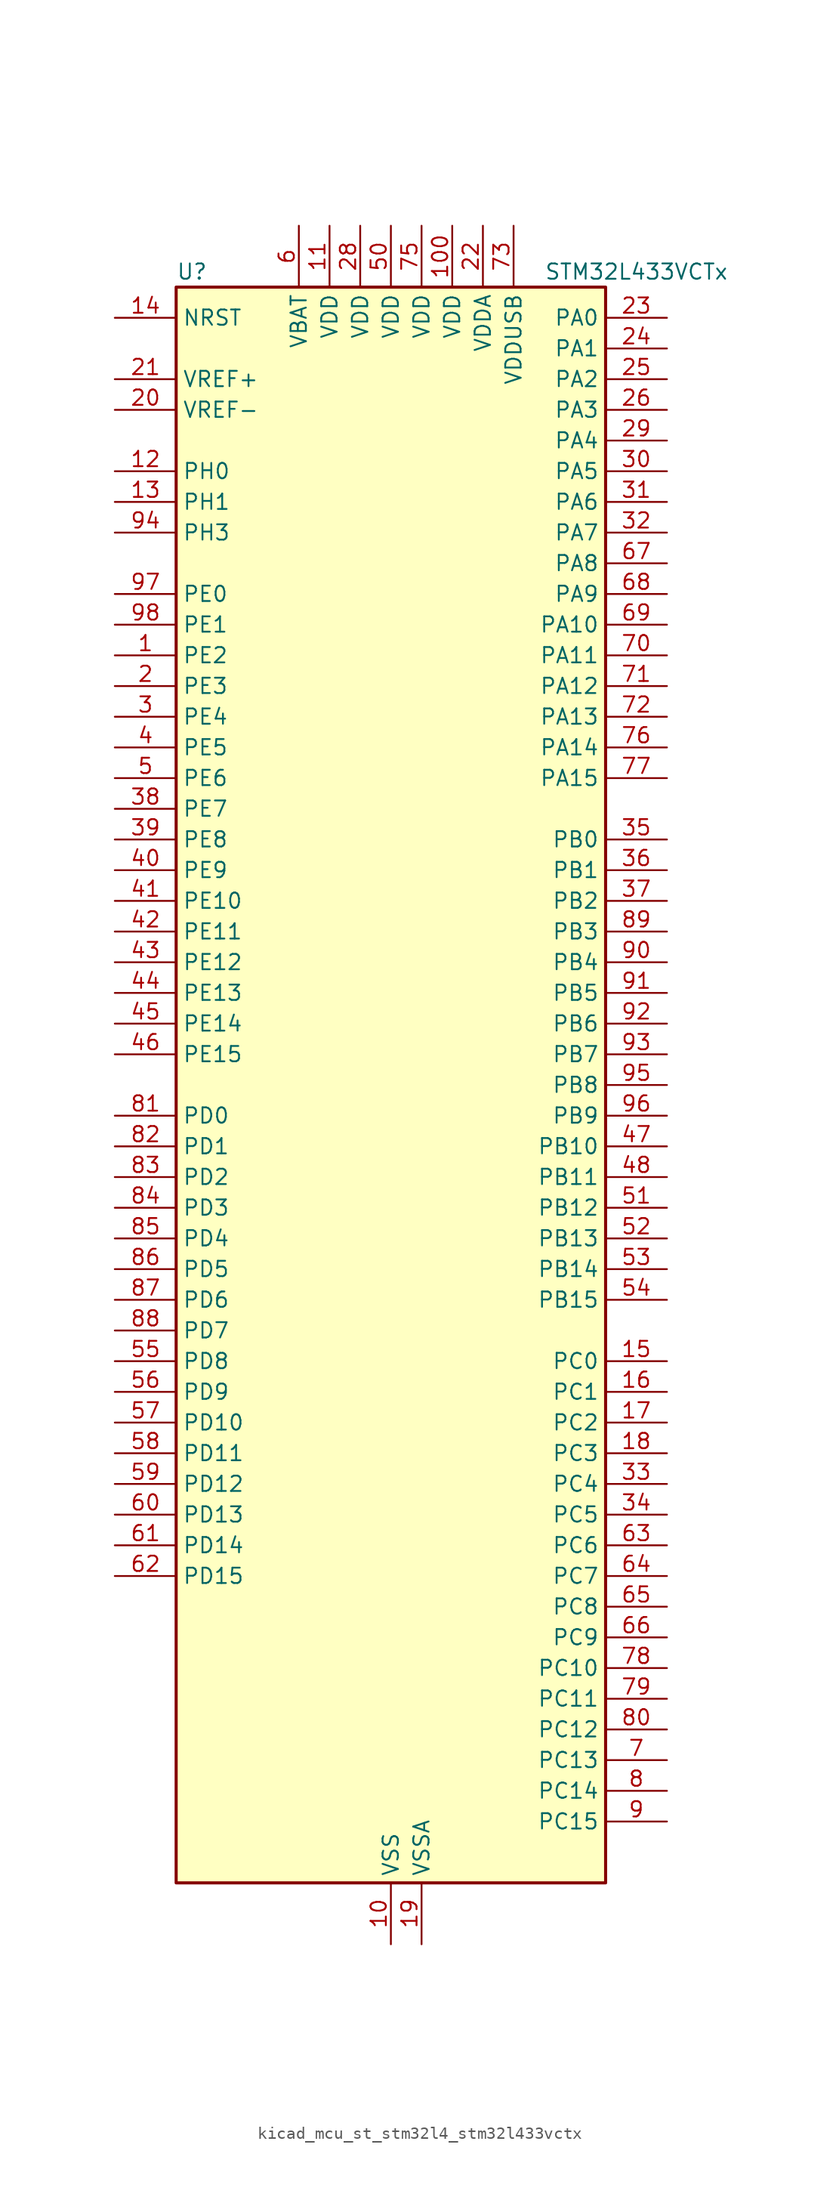
<source format=kicad_sym>
(kicad_symbol_lib
  (version 20220914)
  (generator kicad_symbol_editor)
  (symbol "kicad_mcu_st_stm32l4_stm32l433vctx"
    (property "Reference" "U"
      (at -17.78 67.31 0)
      (effects (font (size 1.27 1.27)) (justify left)))
    (property "Value" "STM32L433VCTx"
      (at 12.7 67.31 0)
      (effects (font (size 1.27 1.27)) (justify left)))
    (property "ki_locked" ""
      (at 0 0 0)
      (effects (font (size 1.27 1.27))))
    (symbol "kicad_mcu_st_stm32l4_stm32l433vctx_0_1"
      (rectangle (start -17.78 -66.04) (end 17.78 66.04) (stroke (width 0.254) (type default)) (fill (type background))))
    (symbol "kicad_mcu_st_stm32l4_stm32l433vctx_1_1"
      (pin bidirectional line (at -22.86 35.56 0) (length 5.08) (name "PE2" (effects (font (size 1.27 1.27)))) (number "1" (effects (font (size 1.27 1.27)))) (alternate "LCD_SEG38" bidirectional line) (alternate "SAI1_MCLK_A" bidirectional line) (alternate "SYS_TRACECLK" bidirectional line) (alternate "TSC_G7_IO1" bidirectional line))
      (pin power_in line (at 0 -71.12 90) (length 5.08) (name "VSS" (effects (font (size 1.27 1.27)))) (number "10" (effects (font (size 1.27 1.27)))))
      (pin power_in line (at 5.08 71.12 270) (length 5.08) (name "VDD" (effects (font (size 1.27 1.27)))) (number "100" (effects (font (size 1.27 1.27)))))
      (pin power_in line (at -5.08 71.12 270) (length 5.08) (name "VDD" (effects (font (size 1.27 1.27)))) (number "11" (effects (font (size 1.27 1.27)))))
      (pin bidirectional line (at -22.86 50.8 0) (length 5.08) (name "PH0" (effects (font (size 1.27 1.27)))) (number "12" (effects (font (size 1.27 1.27)))) (alternate "RCC_OSC_IN" bidirectional line))
      (pin bidirectional line (at -22.86 48.26 0) (length 5.08) (name "PH1" (effects (font (size 1.27 1.27)))) (number "13" (effects (font (size 1.27 1.27)))) (alternate "RCC_OSC_OUT" bidirectional line))
      (pin input line (at -22.86 63.5 0) (length 5.08) (name "NRST" (effects (font (size 1.27 1.27)))) (number "14" (effects (font (size 1.27 1.27)))))
      (pin bidirectional line (at 22.86 -22.86 180) (length 5.08) (name "PC0" (effects (font (size 1.27 1.27)))) (number "15" (effects (font (size 1.27 1.27)))) (alternate "ADC1_IN1" bidirectional line) (alternate "I2C3_SCL" bidirectional line) (alternate "LCD_SEG18" bidirectional line) (alternate "LPTIM1_IN1" bidirectional line) (alternate "LPTIM2_IN1" bidirectional line) (alternate "LPUART1_RX" bidirectional line))
      (pin bidirectional line (at 22.86 -25.4 180) (length 5.08) (name "PC1" (effects (font (size 1.27 1.27)))) (number "16" (effects (font (size 1.27 1.27)))) (alternate "ADC1_IN2" bidirectional line) (alternate "I2C3_SDA" bidirectional line) (alternate "LCD_SEG19" bidirectional line) (alternate "LPTIM1_OUT" bidirectional line) (alternate "LPUART1_TX" bidirectional line))
      (pin bidirectional line (at 22.86 -27.94 180) (length 5.08) (name "PC2" (effects (font (size 1.27 1.27)))) (number "17" (effects (font (size 1.27 1.27)))) (alternate "ADC1_IN3" bidirectional line) (alternate "LCD_SEG20" bidirectional line) (alternate "LPTIM1_IN2" bidirectional line) (alternate "SPI2_MISO" bidirectional line))
      (pin bidirectional line (at 22.86 -30.48 180) (length 5.08) (name "PC3" (effects (font (size 1.27 1.27)))) (number "18" (effects (font (size 1.27 1.27)))) (alternate "ADC1_IN4" bidirectional line) (alternate "LCD_VLCD" bidirectional line) (alternate "LPTIM1_ETR" bidirectional line) (alternate "LPTIM2_ETR" bidirectional line) (alternate "SAI1_SD_A" bidirectional line) (alternate "SPI2_MOSI" bidirectional line))
      (pin power_in line (at 2.54 -71.12 90) (length 5.08) (name "VSSA" (effects (font (size 1.27 1.27)))) (number "19" (effects (font (size 1.27 1.27)))))
      (pin bidirectional line (at -22.86 33.02 0) (length 5.08) (name "PE3" (effects (font (size 1.27 1.27)))) (number "2" (effects (font (size 1.27 1.27)))) (alternate "LCD_SEG39" bidirectional line) (alternate "SAI1_SD_B" bidirectional line) (alternate "SYS_TRACED0" bidirectional line) (alternate "TSC_G7_IO2" bidirectional line))
      (pin input line (at -22.86 55.88 0) (length 5.08) (name "VREF-" (effects (font (size 1.27 1.27)))) (number "20" (effects (font (size 1.27 1.27)))))
      (pin input line (at -22.86 58.42 0) (length 5.08) (name "VREF+" (effects (font (size 1.27 1.27)))) (number "21" (effects (font (size 1.27 1.27)))) (alternate "VREFBUF_OUT" bidirectional line))
      (pin power_in line (at 7.62 71.12 270) (length 5.08) (name "VDDA" (effects (font (size 1.27 1.27)))) (number "22" (effects (font (size 1.27 1.27)))))
      (pin bidirectional line (at 22.86 63.5 180) (length 5.08) (name "PA0" (effects (font (size 1.27 1.27)))) (number "23" (effects (font (size 1.27 1.27)))) (alternate "ADC1_IN5" bidirectional line) (alternate "COMP1_INM" bidirectional line) (alternate "COMP1_OUT" bidirectional line) (alternate "OPAMP1_VINP" bidirectional line) (alternate "RTC_TAMP2" bidirectional line) (alternate "SAI1_EXTCLK" bidirectional line) (alternate "SYS_WKUP1" bidirectional line) (alternate "TIM2_CH1" bidirectional line) (alternate "TIM2_ETR" bidirectional line) (alternate "USART2_CTS" bidirectional line))
      (pin bidirectional line (at 22.86 60.96 180) (length 5.08) (name "PA1" (effects (font (size 1.27 1.27)))) (number "24" (effects (font (size 1.27 1.27)))) (alternate "ADC1_IN6" bidirectional line) (alternate "COMP1_INP" bidirectional line) (alternate "I2C1_SMBA" bidirectional line) (alternate "LCD_SEG0" bidirectional line) (alternate "OPAMP1_VINM" bidirectional line) (alternate "SPI1_SCK" bidirectional line) (alternate "TIM15_CH1N" bidirectional line) (alternate "TIM2_CH2" bidirectional line) (alternate "USART2_DE" bidirectional line) (alternate "USART2_RTS" bidirectional line))
      (pin bidirectional line (at 22.86 58.42 180) (length 5.08) (name "PA2" (effects (font (size 1.27 1.27)))) (number "25" (effects (font (size 1.27 1.27)))) (alternate "ADC1_IN7" bidirectional line) (alternate "COMP2_INM" bidirectional line) (alternate "COMP2_OUT" bidirectional line) (alternate "LCD_SEG1" bidirectional line) (alternate "LPUART1_TX" bidirectional line) (alternate "QUADSPI_BK1_NCS" bidirectional line) (alternate "RCC_LSCO" bidirectional line) (alternate "SYS_WKUP4" bidirectional line) (alternate "TIM15_CH1" bidirectional line) (alternate "TIM2_CH3" bidirectional line) (alternate "USART2_TX" bidirectional line))
      (pin bidirectional line (at 22.86 55.88 180) (length 5.08) (name "PA3" (effects (font (size 1.27 1.27)))) (number "26" (effects (font (size 1.27 1.27)))) (alternate "ADC1_IN8" bidirectional line) (alternate "COMP2_INP" bidirectional line) (alternate "LCD_SEG2" bidirectional line) (alternate "LPUART1_RX" bidirectional line) (alternate "OPAMP1_VOUT" bidirectional line) (alternate "QUADSPI_CLK" bidirectional line) (alternate "SAI1_MCLK_A" bidirectional line) (alternate "TIM15_CH2" bidirectional line) (alternate "TIM2_CH4" bidirectional line) (alternate "USART2_RX" bidirectional line))
      (pin passive line (at 0 -71.12 90) (length 5.08) hide (name "VSS" (effects (font (size 1.27 1.27)))) (number "27" (effects (font (size 1.27 1.27)))))
      (pin power_in line (at -2.54 71.12 270) (length 5.08) (name "VDD" (effects (font (size 1.27 1.27)))) (number "28" (effects (font (size 1.27 1.27)))))
      (pin bidirectional line (at 22.86 53.34 180) (length 5.08) (name "PA4" (effects (font (size 1.27 1.27)))) (number "29" (effects (font (size 1.27 1.27)))) (alternate "ADC1_IN9" bidirectional line) (alternate "COMP1_INM" bidirectional line) (alternate "COMP2_INM" bidirectional line) (alternate "DAC1_OUT1" bidirectional line) (alternate "LPTIM2_OUT" bidirectional line) (alternate "SAI1_FS_B" bidirectional line) (alternate "SPI1_NSS" bidirectional line) (alternate "SPI3_NSS" bidirectional line) (alternate "USART2_CK" bidirectional line))
      (pin bidirectional line (at -22.86 30.48 0) (length 5.08) (name "PE4" (effects (font (size 1.27 1.27)))) (number "3" (effects (font (size 1.27 1.27)))) (alternate "SAI1_FS_A" bidirectional line) (alternate "SYS_TRACED1" bidirectional line) (alternate "TSC_G7_IO3" bidirectional line))
      (pin bidirectional line (at 22.86 50.8 180) (length 5.08) (name "PA5" (effects (font (size 1.27 1.27)))) (number "30" (effects (font (size 1.27 1.27)))) (alternate "ADC1_IN10" bidirectional line) (alternate "COMP1_INM" bidirectional line) (alternate "COMP2_INM" bidirectional line) (alternate "DAC1_OUT2" bidirectional line) (alternate "LPTIM2_ETR" bidirectional line) (alternate "SPI1_SCK" bidirectional line) (alternate "TIM2_CH1" bidirectional line) (alternate "TIM2_ETR" bidirectional line))
      (pin bidirectional line (at 22.86 48.26 180) (length 5.08) (name "PA6" (effects (font (size 1.27 1.27)))) (number "31" (effects (font (size 1.27 1.27)))) (alternate "ADC1_IN11" bidirectional line) (alternate "COMP1_OUT" bidirectional line) (alternate "LCD_SEG3" bidirectional line) (alternate "LPUART1_CTS" bidirectional line) (alternate "QUADSPI_BK1_IO3" bidirectional line) (alternate "SPI1_MISO" bidirectional line) (alternate "TIM16_CH1" bidirectional line) (alternate "TIM1_BKIN" bidirectional line) (alternate "TIM1_BKIN_COMP2" bidirectional line) (alternate "USART3_CTS" bidirectional line))
      (pin bidirectional line (at 22.86 45.72 180) (length 5.08) (name "PA7" (effects (font (size 1.27 1.27)))) (number "32" (effects (font (size 1.27 1.27)))) (alternate "ADC1_IN12" bidirectional line) (alternate "COMP2_OUT" bidirectional line) (alternate "I2C3_SCL" bidirectional line) (alternate "LCD_SEG4" bidirectional line) (alternate "QUADSPI_BK1_IO2" bidirectional line) (alternate "SPI1_MOSI" bidirectional line) (alternate "TIM1_CH1N" bidirectional line))
      (pin bidirectional line (at 22.86 -33.02 180) (length 5.08) (name "PC4" (effects (font (size 1.27 1.27)))) (number "33" (effects (font (size 1.27 1.27)))) (alternate "ADC1_IN13" bidirectional line) (alternate "COMP1_INM" bidirectional line) (alternate "LCD_SEG22" bidirectional line) (alternate "USART3_TX" bidirectional line))
      (pin bidirectional line (at 22.86 -35.56 180) (length 5.08) (name "PC5" (effects (font (size 1.27 1.27)))) (number "34" (effects (font (size 1.27 1.27)))) (alternate "ADC1_IN14" bidirectional line) (alternate "COMP1_INP" bidirectional line) (alternate "LCD_SEG23" bidirectional line) (alternate "SYS_WKUP5" bidirectional line) (alternate "USART3_RX" bidirectional line))
      (pin bidirectional line (at 22.86 20.32 180) (length 5.08) (name "PB0" (effects (font (size 1.27 1.27)))) (number "35" (effects (font (size 1.27 1.27)))) (alternate "ADC1_IN15" bidirectional line) (alternate "COMP1_OUT" bidirectional line) (alternate "LCD_SEG5" bidirectional line) (alternate "QUADSPI_BK1_IO1" bidirectional line) (alternate "SAI1_EXTCLK" bidirectional line) (alternate "SPI1_NSS" bidirectional line) (alternate "TIM1_CH2N" bidirectional line) (alternate "USART3_CK" bidirectional line))
      (pin bidirectional line (at 22.86 17.78 180) (length 5.08) (name "PB1" (effects (font (size 1.27 1.27)))) (number "36" (effects (font (size 1.27 1.27)))) (alternate "ADC1_IN16" bidirectional line) (alternate "COMP1_INM" bidirectional line) (alternate "LCD_SEG6" bidirectional line) (alternate "LPTIM2_IN1" bidirectional line) (alternate "LPUART1_DE" bidirectional line) (alternate "LPUART1_RTS" bidirectional line) (alternate "QUADSPI_BK1_IO0" bidirectional line) (alternate "TIM1_CH3N" bidirectional line) (alternate "USART3_DE" bidirectional line) (alternate "USART3_RTS" bidirectional line))
      (pin bidirectional line (at 22.86 15.24 180) (length 5.08) (name "PB2" (effects (font (size 1.27 1.27)))) (number "37" (effects (font (size 1.27 1.27)))) (alternate "COMP1_INP" bidirectional line) (alternate "I2C3_SMBA" bidirectional line) (alternate "LCD_VLCD" bidirectional line) (alternate "LPTIM1_OUT" bidirectional line) (alternate "RTC_OUT_ALARM" bidirectional line) (alternate "RTC_OUT_CALIB" bidirectional line))
      (pin bidirectional line (at -22.86 22.86 0) (length 5.08) (name "PE7" (effects (font (size 1.27 1.27)))) (number "38" (effects (font (size 1.27 1.27)))) (alternate "SAI1_SD_B" bidirectional line) (alternate "TIM1_ETR" bidirectional line))
      (pin bidirectional line (at -22.86 20.32 0) (length 5.08) (name "PE8" (effects (font (size 1.27 1.27)))) (number "39" (effects (font (size 1.27 1.27)))) (alternate "SAI1_SCK_B" bidirectional line) (alternate "TIM1_CH1N" bidirectional line))
      (pin bidirectional line (at -22.86 27.94 0) (length 5.08) (name "PE5" (effects (font (size 1.27 1.27)))) (number "4" (effects (font (size 1.27 1.27)))) (alternate "SAI1_SCK_A" bidirectional line) (alternate "SYS_TRACED2" bidirectional line) (alternate "TSC_G7_IO4" bidirectional line))
      (pin bidirectional line (at -22.86 17.78 0) (length 5.08) (name "PE9" (effects (font (size 1.27 1.27)))) (number "40" (effects (font (size 1.27 1.27)))) (alternate "DAC1_EXTI9" bidirectional line) (alternate "SAI1_FS_B" bidirectional line) (alternate "TIM1_CH1" bidirectional line))
      (pin bidirectional line (at -22.86 15.24 0) (length 5.08) (name "PE10" (effects (font (size 1.27 1.27)))) (number "41" (effects (font (size 1.27 1.27)))) (alternate "QUADSPI_CLK" bidirectional line) (alternate "SAI1_MCLK_B" bidirectional line) (alternate "TIM1_CH2N" bidirectional line) (alternate "TSC_G5_IO1" bidirectional line))
      (pin bidirectional line (at -22.86 12.7 0) (length 5.08) (name "PE11" (effects (font (size 1.27 1.27)))) (number "42" (effects (font (size 1.27 1.27)))) (alternate "ADC1_EXTI11" bidirectional line) (alternate "QUADSPI_BK1_NCS" bidirectional line) (alternate "TIM1_CH2" bidirectional line) (alternate "TSC_G5_IO2" bidirectional line))
      (pin bidirectional line (at -22.86 10.16 0) (length 5.08) (name "PE12" (effects (font (size 1.27 1.27)))) (number "43" (effects (font (size 1.27 1.27)))) (alternate "QUADSPI_BK1_IO0" bidirectional line) (alternate "SPI1_NSS" bidirectional line) (alternate "TIM1_CH3N" bidirectional line) (alternate "TSC_G5_IO3" bidirectional line))
      (pin bidirectional line (at -22.86 7.62 0) (length 5.08) (name "PE13" (effects (font (size 1.27 1.27)))) (number "44" (effects (font (size 1.27 1.27)))) (alternate "QUADSPI_BK1_IO1" bidirectional line) (alternate "SPI1_SCK" bidirectional line) (alternate "TIM1_CH3" bidirectional line) (alternate "TSC_G5_IO4" bidirectional line))
      (pin bidirectional line (at -22.86 5.08 0) (length 5.08) (name "PE14" (effects (font (size 1.27 1.27)))) (number "45" (effects (font (size 1.27 1.27)))) (alternate "QUADSPI_BK1_IO2" bidirectional line) (alternate "SPI1_MISO" bidirectional line) (alternate "TIM1_BKIN2" bidirectional line) (alternate "TIM1_BKIN2_COMP2" bidirectional line) (alternate "TIM1_CH4" bidirectional line))
      (pin bidirectional line (at -22.86 2.54 0) (length 5.08) (name "PE15" (effects (font (size 1.27 1.27)))) (number "46" (effects (font (size 1.27 1.27)))) (alternate "ADC1_EXTI15" bidirectional line) (alternate "QUADSPI_BK1_IO3" bidirectional line) (alternate "SPI1_MOSI" bidirectional line) (alternate "TIM1_BKIN" bidirectional line) (alternate "TIM1_BKIN_COMP1" bidirectional line))
      (pin bidirectional line (at 22.86 -5.08 180) (length 5.08) (name "PB10" (effects (font (size 1.27 1.27)))) (number "47" (effects (font (size 1.27 1.27)))) (alternate "COMP1_OUT" bidirectional line) (alternate "I2C2_SCL" bidirectional line) (alternate "LCD_SEG10" bidirectional line) (alternate "LPUART1_RX" bidirectional line) (alternate "QUADSPI_CLK" bidirectional line) (alternate "SAI1_SCK_A" bidirectional line) (alternate "SPI2_SCK" bidirectional line) (alternate "TIM2_CH3" bidirectional line) (alternate "TSC_SYNC" bidirectional line) (alternate "USART3_TX" bidirectional line))
      (pin bidirectional line (at 22.86 -7.62 180) (length 5.08) (name "PB11" (effects (font (size 1.27 1.27)))) (number "48" (effects (font (size 1.27 1.27)))) (alternate "ADC1_EXTI11" bidirectional line) (alternate "COMP2_OUT" bidirectional line) (alternate "I2C2_SDA" bidirectional line) (alternate "LCD_SEG11" bidirectional line) (alternate "LPUART1_TX" bidirectional line) (alternate "QUADSPI_BK1_NCS" bidirectional line) (alternate "TIM2_CH4" bidirectional line) (alternate "USART3_RX" bidirectional line))
      (pin passive line (at 0 -71.12 90) (length 5.08) hide (name "VSS" (effects (font (size 1.27 1.27)))) (number "49" (effects (font (size 1.27 1.27)))))
      (pin bidirectional line (at -22.86 25.4 0) (length 5.08) (name "PE6" (effects (font (size 1.27 1.27)))) (number "5" (effects (font (size 1.27 1.27)))) (alternate "RTC_TAMP3" bidirectional line) (alternate "SAI1_SD_A" bidirectional line) (alternate "SYS_TRACED3" bidirectional line) (alternate "SYS_WKUP3" bidirectional line))
      (pin power_in line (at 0 71.12 270) (length 5.08) (name "VDD" (effects (font (size 1.27 1.27)))) (number "50" (effects (font (size 1.27 1.27)))))
      (pin bidirectional line (at 22.86 -10.16 180) (length 5.08) (name "PB12" (effects (font (size 1.27 1.27)))) (number "51" (effects (font (size 1.27 1.27)))) (alternate "I2C2_SMBA" bidirectional line) (alternate "LCD_SEG12" bidirectional line) (alternate "LPUART1_DE" bidirectional line) (alternate "LPUART1_RTS" bidirectional line) (alternate "SAI1_FS_A" bidirectional line) (alternate "SPI2_NSS" bidirectional line) (alternate "SWPMI1_IO" bidirectional line) (alternate "TIM15_BKIN" bidirectional line) (alternate "TIM1_BKIN" bidirectional line) (alternate "TIM1_BKIN_COMP2" bidirectional line) (alternate "TSC_G1_IO1" bidirectional line) (alternate "USART3_CK" bidirectional line))
      (pin bidirectional line (at 22.86 -12.7 180) (length 5.08) (name "PB13" (effects (font (size 1.27 1.27)))) (number "52" (effects (font (size 1.27 1.27)))) (alternate "I2C2_SCL" bidirectional line) (alternate "LCD_SEG13" bidirectional line) (alternate "LPUART1_CTS" bidirectional line) (alternate "SAI1_SCK_A" bidirectional line) (alternate "SPI2_SCK" bidirectional line) (alternate "SWPMI1_TX" bidirectional line) (alternate "TIM15_CH1N" bidirectional line) (alternate "TIM1_CH1N" bidirectional line) (alternate "TSC_G1_IO2" bidirectional line) (alternate "USART3_CTS" bidirectional line))
      (pin bidirectional line (at 22.86 -15.24 180) (length 5.08) (name "PB14" (effects (font (size 1.27 1.27)))) (number "53" (effects (font (size 1.27 1.27)))) (alternate "I2C2_SDA" bidirectional line) (alternate "LCD_SEG14" bidirectional line) (alternate "SAI1_MCLK_A" bidirectional line) (alternate "SPI2_MISO" bidirectional line) (alternate "SWPMI1_RX" bidirectional line) (alternate "TIM15_CH1" bidirectional line) (alternate "TIM1_CH2N" bidirectional line) (alternate "TSC_G1_IO3" bidirectional line) (alternate "USART3_DE" bidirectional line) (alternate "USART3_RTS" bidirectional line))
      (pin bidirectional line (at 22.86 -17.78 180) (length 5.08) (name "PB15" (effects (font (size 1.27 1.27)))) (number "54" (effects (font (size 1.27 1.27)))) (alternate "ADC1_EXTI15" bidirectional line) (alternate "LCD_SEG15" bidirectional line) (alternate "RTC_REFIN" bidirectional line) (alternate "SAI1_SD_A" bidirectional line) (alternate "SPI2_MOSI" bidirectional line) (alternate "SWPMI1_SUSPEND" bidirectional line) (alternate "TIM15_CH2" bidirectional line) (alternate "TIM1_CH3N" bidirectional line) (alternate "TSC_G1_IO4" bidirectional line))
      (pin bidirectional line (at -22.86 -22.86 0) (length 5.08) (name "PD8" (effects (font (size 1.27 1.27)))) (number "55" (effects (font (size 1.27 1.27)))) (alternate "LCD_SEG28" bidirectional line) (alternate "USART3_TX" bidirectional line))
      (pin bidirectional line (at -22.86 -25.4 0) (length 5.08) (name "PD9" (effects (font (size 1.27 1.27)))) (number "56" (effects (font (size 1.27 1.27)))) (alternate "DAC1_EXTI9" bidirectional line) (alternate "LCD_SEG29" bidirectional line) (alternate "USART3_RX" bidirectional line))
      (pin bidirectional line (at -22.86 -27.94 0) (length 5.08) (name "PD10" (effects (font (size 1.27 1.27)))) (number "57" (effects (font (size 1.27 1.27)))) (alternate "LCD_SEG30" bidirectional line) (alternate "TSC_G6_IO1" bidirectional line) (alternate "USART3_CK" bidirectional line))
      (pin bidirectional line (at -22.86 -30.48 0) (length 5.08) (name "PD11" (effects (font (size 1.27 1.27)))) (number "58" (effects (font (size 1.27 1.27)))) (alternate "ADC1_EXTI11" bidirectional line) (alternate "LCD_SEG31" bidirectional line) (alternate "LPTIM2_ETR" bidirectional line) (alternate "TSC_G6_IO2" bidirectional line) (alternate "USART3_CTS" bidirectional line))
      (pin bidirectional line (at -22.86 -33.02 0) (length 5.08) (name "PD12" (effects (font (size 1.27 1.27)))) (number "59" (effects (font (size 1.27 1.27)))) (alternate "LCD_SEG32" bidirectional line) (alternate "LPTIM2_IN1" bidirectional line) (alternate "TSC_G6_IO3" bidirectional line) (alternate "USART3_DE" bidirectional line) (alternate "USART3_RTS" bidirectional line))
      (pin power_in line (at -7.62 71.12 270) (length 5.08) (name "VBAT" (effects (font (size 1.27 1.27)))) (number "6" (effects (font (size 1.27 1.27)))))
      (pin bidirectional line (at -22.86 -35.56 0) (length 5.08) (name "PD13" (effects (font (size 1.27 1.27)))) (number "60" (effects (font (size 1.27 1.27)))) (alternate "LCD_SEG33" bidirectional line) (alternate "LPTIM2_OUT" bidirectional line) (alternate "TSC_G6_IO4" bidirectional line))
      (pin bidirectional line (at -22.86 -38.1 0) (length 5.08) (name "PD14" (effects (font (size 1.27 1.27)))) (number "61" (effects (font (size 1.27 1.27)))) (alternate "LCD_SEG34" bidirectional line))
      (pin bidirectional line (at -22.86 -40.64 0) (length 5.08) (name "PD15" (effects (font (size 1.27 1.27)))) (number "62" (effects (font (size 1.27 1.27)))) (alternate "ADC1_EXTI15" bidirectional line) (alternate "LCD_SEG35" bidirectional line))
      (pin bidirectional line (at 22.86 -38.1 180) (length 5.08) (name "PC6" (effects (font (size 1.27 1.27)))) (number "63" (effects (font (size 1.27 1.27)))) (alternate "LCD_SEG24" bidirectional line) (alternate "SDMMC1_D6" bidirectional line) (alternate "TSC_G4_IO1" bidirectional line))
      (pin bidirectional line (at 22.86 -40.64 180) (length 5.08) (name "PC7" (effects (font (size 1.27 1.27)))) (number "64" (effects (font (size 1.27 1.27)))) (alternate "LCD_SEG25" bidirectional line) (alternate "SDMMC1_D7" bidirectional line) (alternate "TSC_G4_IO2" bidirectional line))
      (pin bidirectional line (at 22.86 -43.18 180) (length 5.08) (name "PC8" (effects (font (size 1.27 1.27)))) (number "65" (effects (font (size 1.27 1.27)))) (alternate "LCD_SEG26" bidirectional line) (alternate "SDMMC1_D0" bidirectional line) (alternate "TSC_G4_IO3" bidirectional line))
      (pin bidirectional line (at 22.86 -45.72 180) (length 5.08) (name "PC9" (effects (font (size 1.27 1.27)))) (number "66" (effects (font (size 1.27 1.27)))) (alternate "DAC1_EXTI9" bidirectional line) (alternate "LCD_SEG27" bidirectional line) (alternate "SDMMC1_D1" bidirectional line) (alternate "TSC_G4_IO4" bidirectional line) (alternate "USB_NOE" bidirectional line))
      (pin bidirectional line (at 22.86 43.18 180) (length 5.08) (name "PA8" (effects (font (size 1.27 1.27)))) (number "67" (effects (font (size 1.27 1.27)))) (alternate "LCD_COM0" bidirectional line) (alternate "LPTIM2_OUT" bidirectional line) (alternate "RCC_MCO" bidirectional line) (alternate "SAI1_SCK_A" bidirectional line) (alternate "SWPMI1_IO" bidirectional line) (alternate "TIM1_CH1" bidirectional line) (alternate "USART1_CK" bidirectional line))
      (pin bidirectional line (at 22.86 40.64 180) (length 5.08) (name "PA9" (effects (font (size 1.27 1.27)))) (number "68" (effects (font (size 1.27 1.27)))) (alternate "DAC1_EXTI9" bidirectional line) (alternate "I2C1_SCL" bidirectional line) (alternate "LCD_COM1" bidirectional line) (alternate "SAI1_FS_A" bidirectional line) (alternate "TIM15_BKIN" bidirectional line) (alternate "TIM1_CH2" bidirectional line) (alternate "USART1_TX" bidirectional line))
      (pin bidirectional line (at 22.86 38.1 180) (length 5.08) (name "PA10" (effects (font (size 1.27 1.27)))) (number "69" (effects (font (size 1.27 1.27)))) (alternate "CRS_SYNC" bidirectional line) (alternate "I2C1_SDA" bidirectional line) (alternate "LCD_COM2" bidirectional line) (alternate "SAI1_SD_A" bidirectional line) (alternate "TIM1_CH3" bidirectional line) (alternate "USART1_RX" bidirectional line))
      (pin bidirectional line (at 22.86 -55.88 180) (length 5.08) (name "PC13" (effects (font (size 1.27 1.27)))) (number "7" (effects (font (size 1.27 1.27)))) (alternate "RTC_OUT_ALARM" bidirectional line) (alternate "RTC_OUT_CALIB" bidirectional line) (alternate "RTC_TAMP1" bidirectional line) (alternate "RTC_TS" bidirectional line) (alternate "SYS_WKUP2" bidirectional line))
      (pin bidirectional line (at 22.86 35.56 180) (length 5.08) (name "PA11" (effects (font (size 1.27 1.27)))) (number "70" (effects (font (size 1.27 1.27)))) (alternate "ADC1_EXTI11" bidirectional line) (alternate "CAN1_RX" bidirectional line) (alternate "COMP1_OUT" bidirectional line) (alternate "SPI1_MISO" bidirectional line) (alternate "TIM1_BKIN2" bidirectional line) (alternate "TIM1_BKIN2_COMP1" bidirectional line) (alternate "TIM1_CH4" bidirectional line) (alternate "USART1_CTS" bidirectional line) (alternate "USB_DM" bidirectional line))
      (pin bidirectional line (at 22.86 33.02 180) (length 5.08) (name "PA12" (effects (font (size 1.27 1.27)))) (number "71" (effects (font (size 1.27 1.27)))) (alternate "CAN1_TX" bidirectional line) (alternate "SPI1_MOSI" bidirectional line) (alternate "TIM1_ETR" bidirectional line) (alternate "USART1_DE" bidirectional line) (alternate "USART1_RTS" bidirectional line) (alternate "USB_DP" bidirectional line))
      (pin bidirectional line (at 22.86 30.48 180) (length 5.08) (name "PA13" (effects (font (size 1.27 1.27)))) (number "72" (effects (font (size 1.27 1.27)))) (alternate "IR_OUT" bidirectional line) (alternate "SAI1_SD_B" bidirectional line) (alternate "SWPMI1_TX" bidirectional line) (alternate "SYS_JTMS-SWDIO" bidirectional line) (alternate "USB_NOE" bidirectional line))
      (pin power_in line (at 10.16 71.12 270) (length 5.08) (name "VDDUSB" (effects (font (size 1.27 1.27)))) (number "73" (effects (font (size 1.27 1.27)))))
      (pin passive line (at 0 -71.12 90) (length 5.08) hide (name "VSS" (effects (font (size 1.27 1.27)))) (number "74" (effects (font (size 1.27 1.27)))))
      (pin power_in line (at 2.54 71.12 270) (length 5.08) (name "VDD" (effects (font (size 1.27 1.27)))) (number "75" (effects (font (size 1.27 1.27)))))
      (pin bidirectional line (at 22.86 27.94 180) (length 5.08) (name "PA14" (effects (font (size 1.27 1.27)))) (number "76" (effects (font (size 1.27 1.27)))) (alternate "I2C1_SMBA" bidirectional line) (alternate "LPTIM1_OUT" bidirectional line) (alternate "SAI1_FS_B" bidirectional line) (alternate "SWPMI1_RX" bidirectional line) (alternate "SYS_JTCK-SWCLK" bidirectional line))
      (pin bidirectional line (at 22.86 25.4 180) (length 5.08) (name "PA15" (effects (font (size 1.27 1.27)))) (number "77" (effects (font (size 1.27 1.27)))) (alternate "ADC1_EXTI15" bidirectional line) (alternate "LCD_SEG17" bidirectional line) (alternate "SPI1_NSS" bidirectional line) (alternate "SPI3_NSS" bidirectional line) (alternate "SWPMI1_SUSPEND" bidirectional line) (alternate "SYS_JTDI" bidirectional line) (alternate "TIM2_CH1" bidirectional line) (alternate "TIM2_ETR" bidirectional line) (alternate "TSC_G3_IO1" bidirectional line) (alternate "USART2_RX" bidirectional line) (alternate "USART3_DE" bidirectional line) (alternate "USART3_RTS" bidirectional line))
      (pin bidirectional line (at 22.86 -48.26 180) (length 5.08) (name "PC10" (effects (font (size 1.27 1.27)))) (number "78" (effects (font (size 1.27 1.27)))) (alternate "LCD_COM4" bidirectional line) (alternate "LCD_SEG28" bidirectional line) (alternate "LCD_SEG40" bidirectional line) (alternate "SDMMC1_D2" bidirectional line) (alternate "SPI3_SCK" bidirectional line) (alternate "TSC_G3_IO2" bidirectional line) (alternate "USART3_TX" bidirectional line))
      (pin bidirectional line (at 22.86 -50.8 180) (length 5.08) (name "PC11" (effects (font (size 1.27 1.27)))) (number "79" (effects (font (size 1.27 1.27)))) (alternate "ADC1_EXTI11" bidirectional line) (alternate "LCD_COM5" bidirectional line) (alternate "LCD_SEG29" bidirectional line) (alternate "LCD_SEG41" bidirectional line) (alternate "SDMMC1_D3" bidirectional line) (alternate "SPI3_MISO" bidirectional line) (alternate "TSC_G3_IO3" bidirectional line) (alternate "USART3_RX" bidirectional line))
      (pin bidirectional line (at 22.86 -58.42 180) (length 5.08) (name "PC14" (effects (font (size 1.27 1.27)))) (number "8" (effects (font (size 1.27 1.27)))) (alternate "RCC_OSC32_IN" bidirectional line))
      (pin bidirectional line (at 22.86 -53.34 180) (length 5.08) (name "PC12" (effects (font (size 1.27 1.27)))) (number "80" (effects (font (size 1.27 1.27)))) (alternate "LCD_COM6" bidirectional line) (alternate "LCD_SEG30" bidirectional line) (alternate "LCD_SEG42" bidirectional line) (alternate "SDMMC1_CK" bidirectional line) (alternate "SPI3_MOSI" bidirectional line) (alternate "TSC_G3_IO4" bidirectional line) (alternate "USART3_CK" bidirectional line))
      (pin bidirectional line (at -22.86 -2.54 0) (length 5.08) (name "PD0" (effects (font (size 1.27 1.27)))) (number "81" (effects (font (size 1.27 1.27)))) (alternate "CAN1_RX" bidirectional line) (alternate "SPI2_NSS" bidirectional line))
      (pin bidirectional line (at -22.86 -5.08 0) (length 5.08) (name "PD1" (effects (font (size 1.27 1.27)))) (number "82" (effects (font (size 1.27 1.27)))) (alternate "CAN1_TX" bidirectional line) (alternate "SPI2_SCK" bidirectional line))
      (pin bidirectional line (at -22.86 -7.62 0) (length 5.08) (name "PD2" (effects (font (size 1.27 1.27)))) (number "83" (effects (font (size 1.27 1.27)))) (alternate "LCD_COM7" bidirectional line) (alternate "LCD_SEG31" bidirectional line) (alternate "LCD_SEG43" bidirectional line) (alternate "SDMMC1_CMD" bidirectional line) (alternate "TSC_SYNC" bidirectional line) (alternate "USART3_DE" bidirectional line) (alternate "USART3_RTS" bidirectional line))
      (pin bidirectional line (at -22.86 -10.16 0) (length 5.08) (name "PD3" (effects (font (size 1.27 1.27)))) (number "84" (effects (font (size 1.27 1.27)))) (alternate "QUADSPI_BK2_NCS" bidirectional line) (alternate "SPI2_MISO" bidirectional line) (alternate "USART2_CTS" bidirectional line))
      (pin bidirectional line (at -22.86 -12.7 0) (length 5.08) (name "PD4" (effects (font (size 1.27 1.27)))) (number "85" (effects (font (size 1.27 1.27)))) (alternate "QUADSPI_BK2_IO0" bidirectional line) (alternate "SPI2_MOSI" bidirectional line) (alternate "USART2_DE" bidirectional line) (alternate "USART2_RTS" bidirectional line))
      (pin bidirectional line (at -22.86 -15.24 0) (length 5.08) (name "PD5" (effects (font (size 1.27 1.27)))) (number "86" (effects (font (size 1.27 1.27)))) (alternate "QUADSPI_BK2_IO1" bidirectional line) (alternate "USART2_TX" bidirectional line))
      (pin bidirectional line (at -22.86 -17.78 0) (length 5.08) (name "PD6" (effects (font (size 1.27 1.27)))) (number "87" (effects (font (size 1.27 1.27)))) (alternate "QUADSPI_BK2_IO2" bidirectional line) (alternate "SAI1_SD_A" bidirectional line) (alternate "USART2_RX" bidirectional line))
      (pin bidirectional line (at -22.86 -20.32 0) (length 5.08) (name "PD7" (effects (font (size 1.27 1.27)))) (number "88" (effects (font (size 1.27 1.27)))) (alternate "QUADSPI_BK2_IO3" bidirectional line) (alternate "USART2_CK" bidirectional line))
      (pin bidirectional line (at 22.86 12.7 180) (length 5.08) (name "PB3" (effects (font (size 1.27 1.27)))) (number "89" (effects (font (size 1.27 1.27)))) (alternate "COMP2_INM" bidirectional line) (alternate "LCD_SEG7" bidirectional line) (alternate "SAI1_SCK_B" bidirectional line) (alternate "SPI1_SCK" bidirectional line) (alternate "SPI3_SCK" bidirectional line) (alternate "SYS_JTDO-SWO" bidirectional line) (alternate "TIM2_CH2" bidirectional line) (alternate "USART1_DE" bidirectional line) (alternate "USART1_RTS" bidirectional line))
      (pin bidirectional line (at 22.86 -60.96 180) (length 5.08) (name "PC15" (effects (font (size 1.27 1.27)))) (number "9" (effects (font (size 1.27 1.27)))) (alternate "ADC1_EXTI15" bidirectional line) (alternate "RCC_OSC32_OUT" bidirectional line))
      (pin bidirectional line (at 22.86 10.16 180) (length 5.08) (name "PB4" (effects (font (size 1.27 1.27)))) (number "90" (effects (font (size 1.27 1.27)))) (alternate "COMP2_INP" bidirectional line) (alternate "I2C3_SDA" bidirectional line) (alternate "LCD_SEG8" bidirectional line) (alternate "SAI1_MCLK_B" bidirectional line) (alternate "SPI1_MISO" bidirectional line) (alternate "SPI3_MISO" bidirectional line) (alternate "SYS_JTRST" bidirectional line) (alternate "TSC_G2_IO1" bidirectional line) (alternate "USART1_CTS" bidirectional line))
      (pin bidirectional line (at 22.86 7.62 180) (length 5.08) (name "PB5" (effects (font (size 1.27 1.27)))) (number "91" (effects (font (size 1.27 1.27)))) (alternate "COMP2_OUT" bidirectional line) (alternate "I2C1_SMBA" bidirectional line) (alternate "LCD_SEG9" bidirectional line) (alternate "LPTIM1_IN1" bidirectional line) (alternate "SAI1_SD_B" bidirectional line) (alternate "SPI1_MOSI" bidirectional line) (alternate "SPI3_MOSI" bidirectional line) (alternate "TIM16_BKIN" bidirectional line) (alternate "TSC_G2_IO2" bidirectional line) (alternate "USART1_CK" bidirectional line))
      (pin bidirectional line (at 22.86 5.08 180) (length 5.08) (name "PB6" (effects (font (size 1.27 1.27)))) (number "92" (effects (font (size 1.27 1.27)))) (alternate "COMP2_INP" bidirectional line) (alternate "I2C1_SCL" bidirectional line) (alternate "LPTIM1_ETR" bidirectional line) (alternate "SAI1_FS_B" bidirectional line) (alternate "TIM16_CH1N" bidirectional line) (alternate "TSC_G2_IO3" bidirectional line) (alternate "USART1_TX" bidirectional line))
      (pin bidirectional line (at 22.86 2.54 180) (length 5.08) (name "PB7" (effects (font (size 1.27 1.27)))) (number "93" (effects (font (size 1.27 1.27)))) (alternate "COMP2_INM" bidirectional line) (alternate "I2C1_SDA" bidirectional line) (alternate "LCD_SEG21" bidirectional line) (alternate "LPTIM1_IN2" bidirectional line) (alternate "SYS_PVD_IN" bidirectional line) (alternate "TSC_G2_IO4" bidirectional line) (alternate "USART1_RX" bidirectional line))
      (pin bidirectional line (at -22.86 45.72 0) (length 5.08) (name "PH3" (effects (font (size 1.27 1.27)))) (number "94" (effects (font (size 1.27 1.27)))))
      (pin bidirectional line (at 22.86 0 180) (length 5.08) (name "PB8" (effects (font (size 1.27 1.27)))) (number "95" (effects (font (size 1.27 1.27)))) (alternate "CAN1_RX" bidirectional line) (alternate "I2C1_SCL" bidirectional line) (alternate "LCD_SEG16" bidirectional line) (alternate "SAI1_MCLK_A" bidirectional line) (alternate "SDMMC1_D4" bidirectional line) (alternate "TIM16_CH1" bidirectional line))
      (pin bidirectional line (at 22.86 -2.54 180) (length 5.08) (name "PB9" (effects (font (size 1.27 1.27)))) (number "96" (effects (font (size 1.27 1.27)))) (alternate "CAN1_TX" bidirectional line) (alternate "DAC1_EXTI9" bidirectional line) (alternate "I2C1_SDA" bidirectional line) (alternate "IR_OUT" bidirectional line) (alternate "LCD_COM3" bidirectional line) (alternate "SAI1_FS_A" bidirectional line) (alternate "SDMMC1_D5" bidirectional line) (alternate "SPI2_NSS" bidirectional line))
      (pin bidirectional line (at -22.86 40.64 0) (length 5.08) (name "PE0" (effects (font (size 1.27 1.27)))) (number "97" (effects (font (size 1.27 1.27)))) (alternate "LCD_SEG36" bidirectional line) (alternate "TIM16_CH1" bidirectional line))
      (pin bidirectional line (at -22.86 38.1 0) (length 5.08) (name "PE1" (effects (font (size 1.27 1.27)))) (number "98" (effects (font (size 1.27 1.27)))) (alternate "LCD_SEG37" bidirectional line))
      (pin passive line (at 0 -71.12 90) (length 5.08) hide (name "VSS" (effects (font (size 1.27 1.27)))) (number "99" (effects (font (size 1.27 1.27))))))))
</source>
